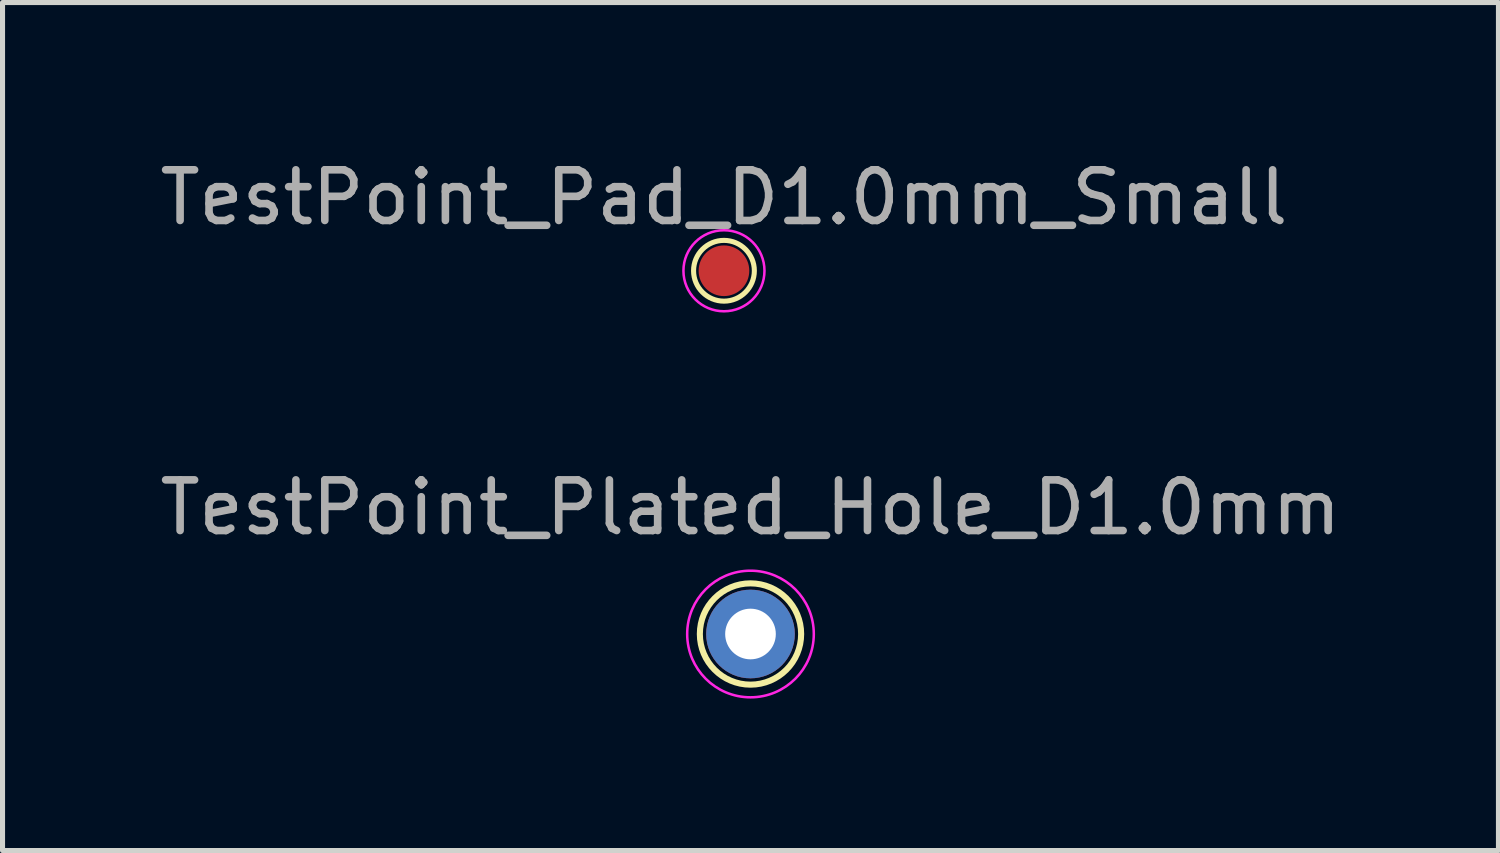
<source format=kicad_pcb>
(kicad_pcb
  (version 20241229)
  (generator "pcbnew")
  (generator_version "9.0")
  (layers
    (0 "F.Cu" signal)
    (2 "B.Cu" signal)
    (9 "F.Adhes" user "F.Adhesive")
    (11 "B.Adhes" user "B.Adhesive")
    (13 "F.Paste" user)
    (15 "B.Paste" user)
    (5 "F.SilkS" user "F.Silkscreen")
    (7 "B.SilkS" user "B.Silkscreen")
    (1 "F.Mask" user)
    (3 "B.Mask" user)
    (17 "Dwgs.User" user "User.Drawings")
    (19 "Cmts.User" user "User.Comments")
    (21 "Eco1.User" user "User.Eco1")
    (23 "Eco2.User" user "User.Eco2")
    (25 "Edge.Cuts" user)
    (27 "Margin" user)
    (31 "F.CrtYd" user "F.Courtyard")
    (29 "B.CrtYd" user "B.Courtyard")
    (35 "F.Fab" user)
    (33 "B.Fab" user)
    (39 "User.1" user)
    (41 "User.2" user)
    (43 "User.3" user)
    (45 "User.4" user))
  (footprint "TestPoint_Pad_D1.0mm_Small"
    (layer "F.Cu")
    (at 11.244 2.296)
    (property "Reference" "TestPoint_Pad_D1.0mm_Small" (at 0 -1.448 0) (layer "F.Fab") (effects (font (size 1 1) (thickness 0.15))))
    (attr exclude_from_pos_files)
    (fp_circle (center 0 0) (end 0.6 0) (stroke (width 0.1) (type solid)) (fill no) (layer "F.SilkS"))
    (fp_circle (center 0 0) (end 0.8 0) (stroke (width 0.05) (type solid)) (fill no) (layer "F.CrtYd"))
    (pad "1" smd circle (at 0 0) (size 1 1) (layers "F.Cu" "F.Mask")))
  (footprint "TestPoint_Plated_Hole_D1.0mm"
    (layer "F.Cu")
    (at 11.768 9.468)
    (property "Reference" "TestPoint_Plated_Hole_D1.0mm" (at 0 -2.498 0) (layer "F.Fab") (effects (font (size 1 1) (thickness 0.15))))
    (attr exclude_from_pos_files)
    (fp_circle (center 0 0) (end 0 -1) (stroke (width 0.12) (type solid)) (fill no) (layer "F.SilkS"))
    (fp_circle (center 0 0) (end 1.25 0) (stroke (width 0.05) (type solid)) (fill no) (layer "F.CrtYd"))
    (pad "1" thru_hole circle (at 0 0) (size 1.75 1.75) (drill 1) (layers "*.Cu" "*.Mask")))
  (gr_rect
    (start -3 -3)
    (end 26.536 13.743)
    (stroke (width 0.1) (type default))
    (fill no)
    (layer "Edge.Cuts")))
</source>
